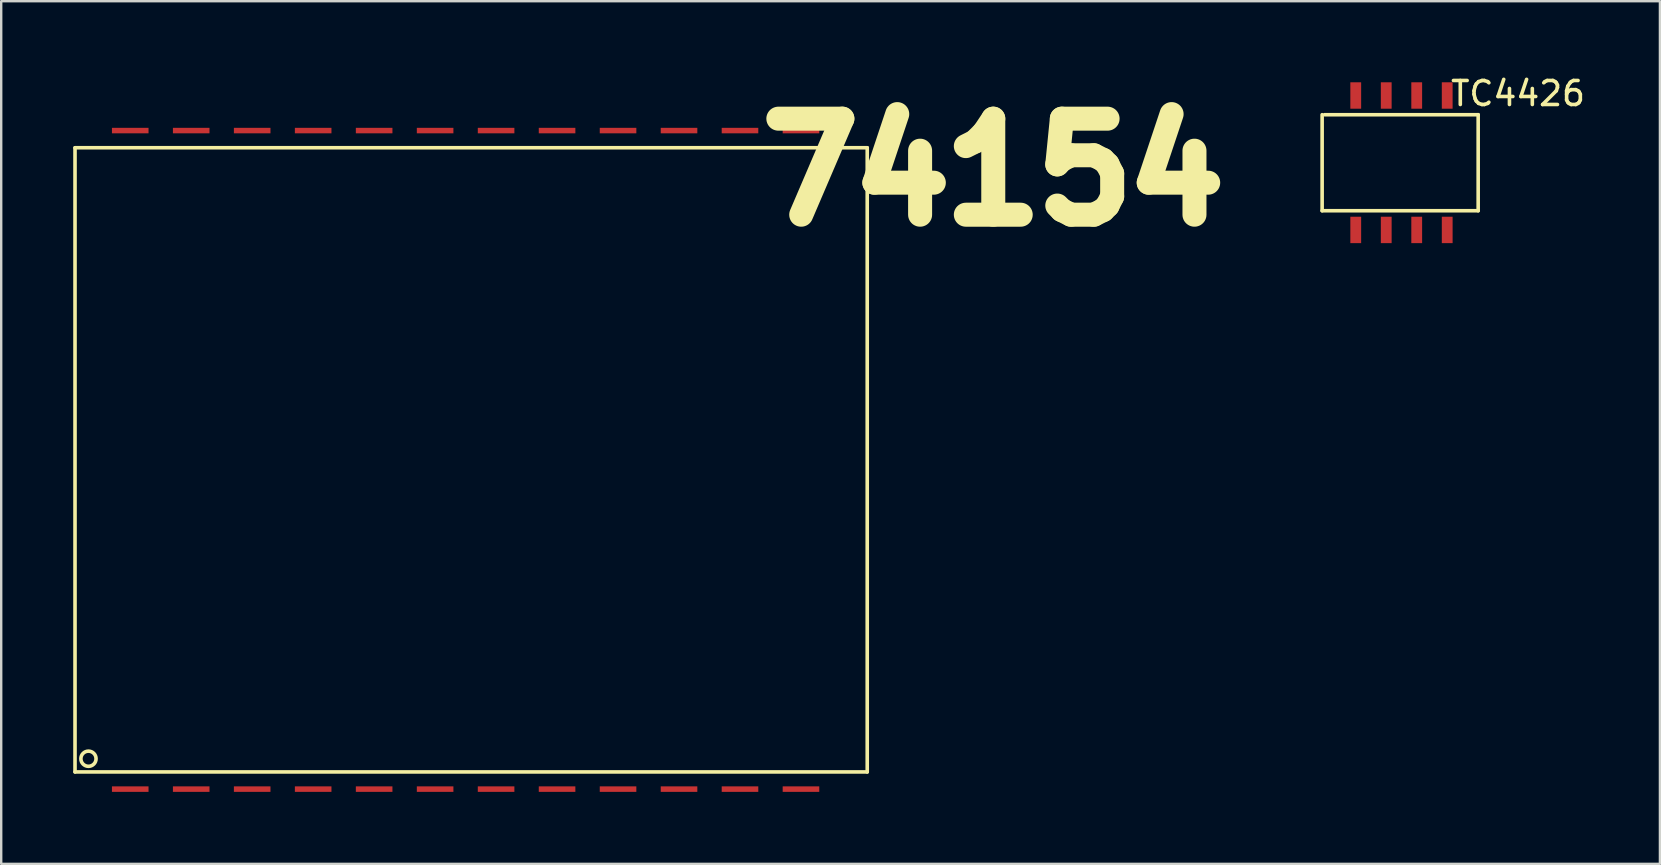
<source format=kicad_pcb>
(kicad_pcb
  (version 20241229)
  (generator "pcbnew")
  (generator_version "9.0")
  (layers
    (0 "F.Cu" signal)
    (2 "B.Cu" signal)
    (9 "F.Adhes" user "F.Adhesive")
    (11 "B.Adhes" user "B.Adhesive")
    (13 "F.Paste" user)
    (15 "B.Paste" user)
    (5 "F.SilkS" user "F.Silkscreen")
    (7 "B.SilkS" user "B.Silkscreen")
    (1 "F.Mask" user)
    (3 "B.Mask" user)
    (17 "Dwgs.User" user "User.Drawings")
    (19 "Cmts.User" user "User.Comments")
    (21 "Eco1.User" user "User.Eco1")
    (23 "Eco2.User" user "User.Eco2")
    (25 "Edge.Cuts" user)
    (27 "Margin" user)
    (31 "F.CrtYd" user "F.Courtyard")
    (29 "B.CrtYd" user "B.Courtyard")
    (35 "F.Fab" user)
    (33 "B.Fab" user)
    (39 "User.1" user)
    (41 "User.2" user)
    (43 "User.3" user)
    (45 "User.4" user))
  (footprint "TC4426"
    (layer "F.Cu")
    (at 53.424 6.528)
    (property "Reference" "TC4426" (at 6.76 -5.68 0) (layer "F.SilkS") (effects (font (size 1 1) (thickness 0.15))))
    (attr through_hole)
    (fp_line (start -1.4 -0.8) (end -1.4 -4.8) (stroke (width 0.15) (type solid)) (layer "F.SilkS"))
    (fp_line (start -1.3 -4.8) (end 5.1 -4.8) (stroke (width 0.15) (type solid)) (layer "F.SilkS"))
    (fp_line (start 5.1 -4.8) (end 5.1 -0.8) (stroke (width 0.15) (type solid)) (layer "F.SilkS"))
    (fp_line (start 5.1 -0.8) (end -1.4 -0.8) (stroke (width 0.15) (type solid)) (layer "F.SilkS"))
    (pad "1" smd rect (at 0 0) (size 0.45 1.1) (layers "F.Cu" "F.Mask" "F.Paste"))
    (pad "2" smd rect (at 1.27 0) (size 0.45 1.1) (layers "F.Cu" "F.Mask" "F.Paste"))
    (pad "3" smd rect (at 2.54 0) (size 0.45 1.1) (layers "F.Cu" "F.Mask" "F.Paste"))
    (pad "4" smd rect (at 3.81 0) (size 0.45 1.1) (layers "F.Cu" "F.Mask" "F.Paste"))
    (pad "5" smd rect (at 3.81 -5.6) (size 0.45 1.1) (layers "F.Cu" "F.Mask" "F.Paste"))
    (pad "6" smd rect (at 2.54 -5.6) (size 0.45 1.1) (layers "F.Cu" "F.Mask" "F.Paste"))
    (pad "7" smd rect (at 1.27 -5.6) (size 0.45 1.1) (layers "F.Cu" "F.Mask" "F.Paste"))
    (pad "8" smd rect (at 0 -5.6) (size 0.45 1.1) (layers "F.Cu" "F.Mask" "F.Paste")))
  (footprint "74154"
    (layer "F.Cu")
    (at 15.075 16.105)
    (property "Reference" "74154" (at 23.25 -12.01 0) (layer "F.SilkS") (effects (font (size 4 4) (thickness 1))))
    (attr through_hole)
    (fp_line (start -15 -13) (end 18 -13) (stroke (width 0.15) (type solid)) (layer "F.SilkS"))
    (fp_line (start -15 13) (end -15 -13) (stroke (width 0.15) (type solid)) (layer "F.SilkS"))
    (fp_line (start 18 -13) (end 18 13) (stroke (width 0.15) (type solid)) (layer "F.SilkS"))
    (fp_line (start 18 13) (end -15 13) (stroke (width 0.15) (type solid)) (layer "F.SilkS"))
    (fp_circle (center -14.44 12.45) (end -14.18 12.63) (stroke (width 0.15) (type solid)) (fill no) (layer "F.SilkS"))
    (pad "1" smd rect (at -12.7 13.716) (size 1.524 0.229) (layers "F.Cu" "F.Mask" "F.Paste"))
    (pad "2" smd rect (at -10.16 13.716) (size 1.524 0.229) (layers "F.Cu" "F.Mask" "F.Paste"))
    (pad "3" smd rect (at -7.62 13.716) (size 1.524 0.229) (layers "F.Cu" "F.Mask" "F.Paste"))
    (pad "4" smd rect (at -5.08 13.716) (size 1.524 0.229) (layers "F.Cu" "F.Mask" "F.Paste"))
    (pad "5" smd rect (at -2.54 13.716) (size 1.524 0.229) (layers "F.Cu" "F.Mask" "F.Paste"))
    (pad "6" smd rect (at 0 13.716) (size 1.524 0.229) (layers "F.Cu" "F.Mask" "F.Paste"))
    (pad "7" smd rect (at 2.54 13.716) (size 1.524 0.229) (layers "F.Cu" "F.Mask" "F.Paste"))
    (pad "8" smd rect (at 5.08 13.716) (size 1.524 0.229) (layers "F.Cu" "F.Mask" "F.Paste"))
    (pad "9" smd rect (at 7.62 13.716) (size 1.524 0.229) (layers "F.Cu" "F.Mask" "F.Paste"))
    (pad "10" smd rect (at 10.16 13.716) (size 1.524 0.229) (layers "F.Cu" "F.Mask" "F.Paste"))
    (pad "11" smd rect (at 12.7 13.716) (size 1.524 0.229) (layers "F.Cu" "F.Mask" "F.Paste"))
    (pad "12" smd rect (at 15.24 13.716) (size 1.524 0.229) (layers "F.Cu" "F.Mask" "F.Paste"))
    (pad "13" smd rect (at 15.24 -13.716) (size 1.524 0.229) (layers "F.Cu" "F.Mask" "F.Paste"))
    (pad "14" smd rect (at 12.7 -13.716) (size 1.524 0.229) (layers "F.Cu" "F.Mask" "F.Paste"))
    (pad "15" smd rect (at 10.16 -13.716) (size 1.524 0.229) (layers "F.Cu" "F.Mask" "F.Paste"))
    (pad "16" smd rect (at 7.62 -13.716) (size 1.524 0.229) (layers "F.Cu" "F.Mask" "F.Paste"))
    (pad "17" smd rect (at 5.08 -13.716) (size 1.524 0.229) (layers "F.Cu" "F.Mask" "F.Paste"))
    (pad "18" smd rect (at 2.54 -13.716) (size 1.524 0.229) (layers "F.Cu" "F.Mask" "F.Paste"))
    (pad "19" smd rect (at 0 -13.716) (size 1.524 0.229) (layers "F.Cu" "F.Mask" "F.Paste"))
    (pad "20" smd rect (at -2.54 -13.716) (size 1.524 0.229) (layers "F.Cu" "F.Mask" "F.Paste"))
    (pad "21" smd rect (at -5.08 -13.716) (size 1.524 0.229) (layers "F.Cu" "F.Mask" "F.Paste"))
    (pad "22" smd rect (at -7.62 -13.716) (size 1.524 0.229) (layers "F.Cu" "F.Mask" "F.Paste"))
    (pad "23" smd rect (at -10.16 -13.716) (size 1.524 0.229) (layers "F.Cu" "F.Mask" "F.Paste"))
    (pad "24" smd rect (at -12.7 -13.716) (size 1.524 0.229) (layers "F.Cu" "F.Mask" "F.Paste")))
  (gr_rect
    (start -3 -3)
    (end 66.095 32.935)
    (stroke (width 0.1) (type default))
    (fill no)
    (layer "Edge.Cuts")))
</source>
